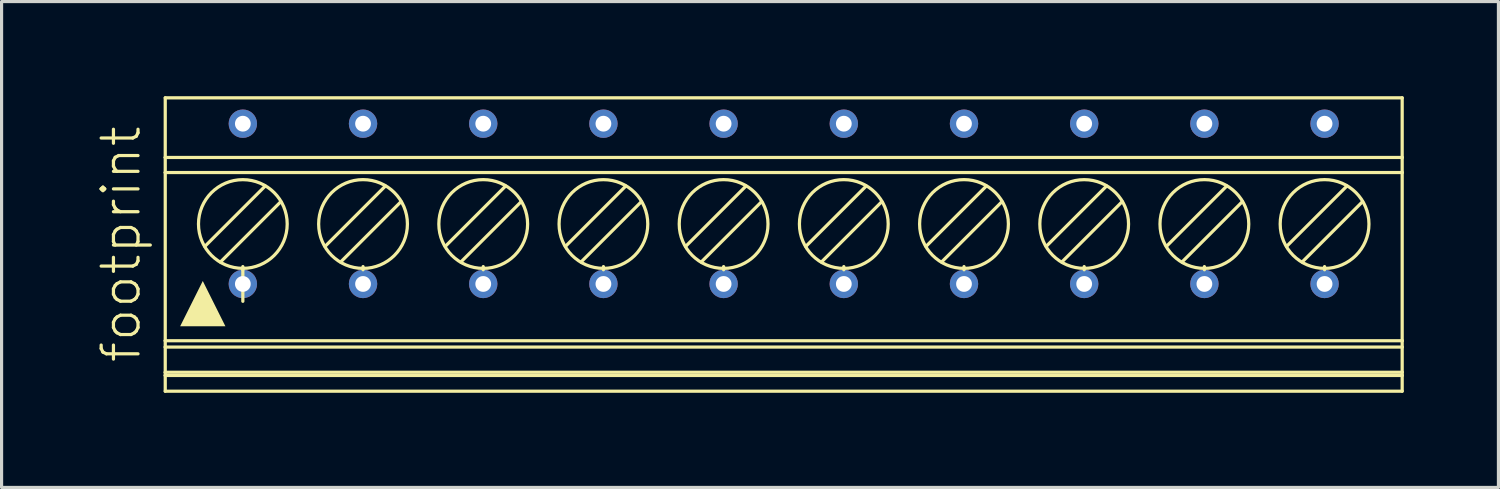
<source format=kicad_pcb>
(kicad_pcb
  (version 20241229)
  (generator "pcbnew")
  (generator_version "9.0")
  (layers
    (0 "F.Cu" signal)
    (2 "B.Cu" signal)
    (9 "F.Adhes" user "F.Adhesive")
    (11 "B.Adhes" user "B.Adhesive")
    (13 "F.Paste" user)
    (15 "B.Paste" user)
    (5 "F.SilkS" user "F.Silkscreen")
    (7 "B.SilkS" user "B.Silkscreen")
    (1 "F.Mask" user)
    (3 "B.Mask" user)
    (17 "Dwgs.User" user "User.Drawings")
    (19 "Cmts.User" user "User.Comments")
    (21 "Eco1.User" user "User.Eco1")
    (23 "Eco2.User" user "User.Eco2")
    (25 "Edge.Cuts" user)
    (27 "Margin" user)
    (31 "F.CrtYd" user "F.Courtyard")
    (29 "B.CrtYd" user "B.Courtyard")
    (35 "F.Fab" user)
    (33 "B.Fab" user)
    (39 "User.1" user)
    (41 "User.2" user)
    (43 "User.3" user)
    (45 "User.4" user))
  (footprint "footprint"
    (layer "F.Cu")
    (at 21.793 4.701)
    (property "Reference" "footprint" (at -20.32 3.81 90) (layer "F.SilkS") (effects (font (size 1.168 1.168) (thickness 0.102)) (justify left bottom)))
    (fp_line (start -19.605 -2.76) (end -19.605 -4.65) (stroke (width 0.102) (type solid)) (layer "F.SilkS"))
    (fp_line (start -19.605 -2.282) (end -19.605 -2.76) (stroke (width 0.102) (type solid)) (layer "F.SilkS"))
    (fp_line (start -19.605 3.05) (end -19.605 -2.282) (stroke (width 0.102) (type solid)) (layer "F.SilkS"))
    (fp_line (start -19.605 3.25) (end -19.605 3.05) (stroke (width 0.102) (type solid)) (layer "F.SilkS"))
    (fp_line (start -19.605 4.05) (end -19.605 3.25) (stroke (width 0.102) (type solid)) (layer "F.SilkS"))
    (fp_line (start -19.605 4.15) (end -19.605 4.05) (stroke (width 0.102) (type solid)) (layer "F.SilkS"))
    (fp_line (start -19.605 4.15) (end 19.605 4.15) (stroke (width 0.102) (type solid)) (layer "F.SilkS"))
    (fp_line (start -19.605 4.65) (end -19.605 4.15) (stroke (width 0.102) (type solid)) (layer "F.SilkS"))
    (fp_line (start -17.856 0.556) (end -15.939 -1.361) (stroke (width 0.102) (type solid)) (layer "F.SilkS"))
    (fp_line (start -17.145 0.75) (end -17.145 0.7) (stroke (width 0.102) (type solid)) (layer "F.SilkS"))
    (fp_line (start -17.145 0.8) (end -17.145 0.75) (stroke (width 0.102) (type solid)) (layer "F.SilkS"))
    (fp_line (start -17.145 0.8) (end -17.145 1.8) (stroke (width 0.102) (type solid)) (layer "F.SilkS"))
    (fp_line (start -16.434 -1.856) (end -18.351 0.061) (stroke (width 0.102) (type solid)) (layer "F.SilkS"))
    (fp_line (start -14.046 0.556) (end -12.129 -1.361) (stroke (width 0.102) (type solid)) (layer "F.SilkS"))
    (fp_line (start -13.335 0.75) (end -13.335 0.7) (stroke (width 0.102) (type solid)) (layer "F.SilkS"))
    (fp_line (start -13.335 0.8) (end -13.335 0.75) (stroke (width 0.102) (type solid)) (layer "F.SilkS"))
    (fp_line (start -12.624 -1.856) (end -14.541 0.061) (stroke (width 0.102) (type solid)) (layer "F.SilkS"))
    (fp_line (start -10.236 0.556) (end -8.319 -1.361) (stroke (width 0.102) (type solid)) (layer "F.SilkS"))
    (fp_line (start -9.525 0.75) (end -9.525 0.7) (stroke (width 0.102) (type solid)) (layer "F.SilkS"))
    (fp_line (start -9.525 0.8) (end -9.525 0.75) (stroke (width 0.102) (type solid)) (layer "F.SilkS"))
    (fp_line (start -8.814 -1.856) (end -10.731 0.061) (stroke (width 0.102) (type solid)) (layer "F.SilkS"))
    (fp_line (start -6.426 0.556) (end -4.509 -1.361) (stroke (width 0.102) (type solid)) (layer "F.SilkS"))
    (fp_line (start -5.715 0.75) (end -5.715 0.7) (stroke (width 0.102) (type solid)) (layer "F.SilkS"))
    (fp_line (start -5.715 0.8) (end -5.715 0.75) (stroke (width 0.102) (type solid)) (layer "F.SilkS"))
    (fp_line (start -5.004 -1.856) (end -6.921 0.061) (stroke (width 0.102) (type solid)) (layer "F.SilkS"))
    (fp_line (start -2.616 0.556) (end -0.699 -1.361) (stroke (width 0.102) (type solid)) (layer "F.SilkS"))
    (fp_line (start -1.905 0.75) (end -1.905 0.7) (stroke (width 0.102) (type solid)) (layer "F.SilkS"))
    (fp_line (start -1.905 0.8) (end -1.905 0.75) (stroke (width 0.102) (type solid)) (layer "F.SilkS"))
    (fp_line (start -1.194 -1.856) (end -3.111 0.061) (stroke (width 0.102) (type solid)) (layer "F.SilkS"))
    (fp_line (start 1.194 0.556) (end 3.111 -1.361) (stroke (width 0.102) (type solid)) (layer "F.SilkS"))
    (fp_line (start 1.905 0.75) (end 1.905 0.7) (stroke (width 0.102) (type solid)) (layer "F.SilkS"))
    (fp_line (start 1.905 0.8) (end 1.905 0.75) (stroke (width 0.102) (type solid)) (layer "F.SilkS"))
    (fp_line (start 2.616 -1.856) (end 0.699 0.061) (stroke (width 0.102) (type solid)) (layer "F.SilkS"))
    (fp_line (start 5.004 0.556) (end 6.921 -1.361) (stroke (width 0.102) (type solid)) (layer "F.SilkS"))
    (fp_line (start 5.715 0.75) (end 5.715 0.7) (stroke (width 0.102) (type solid)) (layer "F.SilkS"))
    (fp_line (start 5.715 0.8) (end 5.715 0.75) (stroke (width 0.102) (type solid)) (layer "F.SilkS"))
    (fp_line (start 6.426 -1.856) (end 4.509 0.061) (stroke (width 0.102) (type solid)) (layer "F.SilkS"))
    (fp_line (start 8.814 0.556) (end 10.731 -1.361) (stroke (width 0.102) (type solid)) (layer "F.SilkS"))
    (fp_line (start 9.525 0.75) (end 9.525 0.7) (stroke (width 0.102) (type solid)) (layer "F.SilkS"))
    (fp_line (start 9.525 0.8) (end 9.525 0.75) (stroke (width 0.102) (type solid)) (layer "F.SilkS"))
    (fp_line (start 10.236 -1.856) (end 8.319 0.061) (stroke (width 0.102) (type solid)) (layer "F.SilkS"))
    (fp_line (start 12.624 0.556) (end 14.541 -1.361) (stroke (width 0.102) (type solid)) (layer "F.SilkS"))
    (fp_line (start 13.335 0.75) (end 13.335 0.7) (stroke (width 0.102) (type solid)) (layer "F.SilkS"))
    (fp_line (start 13.335 0.8) (end 13.335 0.75) (stroke (width 0.102) (type solid)) (layer "F.SilkS"))
    (fp_line (start 14.046 -1.856) (end 12.129 0.061) (stroke (width 0.102) (type solid)) (layer "F.SilkS"))
    (fp_line (start 16.434 0.556) (end 18.351 -1.361) (stroke (width 0.102) (type solid)) (layer "F.SilkS"))
    (fp_line (start 17.145 0.75) (end 17.145 0.7) (stroke (width 0.102) (type solid)) (layer "F.SilkS"))
    (fp_line (start 17.145 0.8) (end 17.145 0.75) (stroke (width 0.102) (type solid)) (layer "F.SilkS"))
    (fp_line (start 17.856 -1.856) (end 15.939 0.061) (stroke (width 0.102) (type solid)) (layer "F.SilkS"))
    (fp_line (start 19.605 -4.65) (end -19.605 -4.65) (stroke (width 0.102) (type solid)) (layer "F.SilkS"))
    (fp_line (start 19.605 -2.76) (end -19.605 -2.76) (stroke (width 0.102) (type solid)) (layer "F.SilkS"))
    (fp_line (start 19.605 -2.76) (end 19.605 -4.65) (stroke (width 0.102) (type solid)) (layer "F.SilkS"))
    (fp_line (start 19.605 -2.76) (end 19.605 -2.282) (stroke (width 0.102) (type solid)) (layer "F.SilkS"))
    (fp_line (start 19.605 -2.282) (end -19.605 -2.282) (stroke (width 0.102) (type solid)) (layer "F.SilkS"))
    (fp_line (start 19.605 -2.282) (end 19.605 3.05) (stroke (width 0.102) (type solid)) (layer "F.SilkS"))
    (fp_line (start 19.605 3.05) (end -19.605 3.05) (stroke (width 0.102) (type solid)) (layer "F.SilkS"))
    (fp_line (start 19.605 3.25) (end -19.605 3.25) (stroke (width 0.102) (type solid)) (layer "F.SilkS"))
    (fp_line (start 19.605 3.25) (end 19.605 3.05) (stroke (width 0.102) (type solid)) (layer "F.SilkS"))
    (fp_line (start 19.605 4.05) (end -19.605 4.05) (stroke (width 0.102) (type solid)) (layer "F.SilkS"))
    (fp_line (start 19.605 4.05) (end 19.605 3.25) (stroke (width 0.102) (type solid)) (layer "F.SilkS"))
    (fp_line (start 19.605 4.15) (end 19.605 4.05) (stroke (width 0.102) (type solid)) (layer "F.SilkS"))
    (fp_line (start 19.605 4.65) (end -19.605 4.65) (stroke (width 0.102) (type solid)) (layer "F.SilkS"))
    (fp_line (start 19.605 4.65) (end 19.605 4.15) (stroke (width 0.102) (type solid)) (layer "F.SilkS"))
    (fp_circle (center -17.145 -0.65) (end -15.739 -0.65) (stroke (width 0.102) (type solid)) (fill no) (layer "F.SilkS"))
    (fp_circle (center -13.335 -0.65) (end -11.928 -0.65) (stroke (width 0.102) (type solid)) (fill no) (layer "F.SilkS"))
    (fp_circle (center -9.525 -0.65) (end -8.118 -0.65) (stroke (width 0.102) (type solid)) (fill no) (layer "F.SilkS"))
    (fp_circle (center -5.715 -0.65) (end -4.309 -0.65) (stroke (width 0.102) (type solid)) (fill no) (layer "F.SilkS"))
    (fp_circle (center -1.905 -0.65) (end -0.498 -0.65) (stroke (width 0.102) (type solid)) (fill no) (layer "F.SilkS"))
    (fp_circle (center 1.905 -0.65) (end 3.312 -0.65) (stroke (width 0.102) (type solid)) (fill no) (layer "F.SilkS"))
    (fp_circle (center 5.715 -0.65) (end 7.122 -0.65) (stroke (width 0.102) (type solid)) (fill no) (layer "F.SilkS"))
    (fp_circle (center 9.525 -0.65) (end 10.931 -0.65) (stroke (width 0.102) (type solid)) (fill no) (layer "F.SilkS"))
    (fp_circle (center 13.335 -0.65) (end 14.742 -0.65) (stroke (width 0.102) (type solid)) (fill no) (layer "F.SilkS"))
    (fp_circle (center 17.145 -0.65) (end 18.552 -0.65) (stroke (width 0.102) (type solid)) (fill no) (layer "F.SilkS"))
    (fp_poly (pts (xy -17.698 2.591) (xy -19.132 2.591) (xy -18.415 1.156)) (stroke (width 0) (type solid)) (fill yes) (layer "F.SilkS"))
    (pad "1.1" thru_hole circle (at -17.145 1.25 90) (size 0.9 0.9) (drill 0.5) (layers "*.Cu" "*.Mask"))
    (pad "1.2" thru_hole circle (at -17.145 -3.83 90) (size 0.9 0.9) (drill 0.5) (layers "*.Cu" "*.Mask"))
    (pad "2.1" thru_hole circle (at -13.335 1.25 90) (size 0.9 0.9) (drill 0.5) (layers "*.Cu" "*.Mask"))
    (pad "2.2" thru_hole circle (at -13.335 -3.83 90) (size 0.9 0.9) (drill 0.5) (layers "*.Cu" "*.Mask"))
    (pad "3.1" thru_hole circle (at -9.525 1.25 90) (size 0.9 0.9) (drill 0.5) (layers "*.Cu" "*.Mask"))
    (pad "3.2" thru_hole circle (at -9.525 -3.83 90) (size 0.9 0.9) (drill 0.5) (layers "*.Cu" "*.Mask"))
    (pad "4.1" thru_hole circle (at -5.715 1.25 90) (size 0.9 0.9) (drill 0.5) (layers "*.Cu" "*.Mask"))
    (pad "4.2" thru_hole circle (at -5.715 -3.83 90) (size 0.9 0.9) (drill 0.5) (layers "*.Cu" "*.Mask"))
    (pad "5.1" thru_hole circle (at -1.905 1.25 90) (size 0.9 0.9) (drill 0.5) (layers "*.Cu" "*.Mask"))
    (pad "5.2" thru_hole circle (at -1.905 -3.83 90) (size 0.9 0.9) (drill 0.5) (layers "*.Cu" "*.Mask"))
    (pad "6.1" thru_hole circle (at 1.905 1.25 90) (size 0.9 0.9) (drill 0.5) (layers "*.Cu" "*.Mask"))
    (pad "6.2" thru_hole circle (at 1.905 -3.83 90) (size 0.9 0.9) (drill 0.5) (layers "*.Cu" "*.Mask"))
    (pad "7.1" thru_hole circle (at 5.715 1.25 90) (size 0.9 0.9) (drill 0.5) (layers "*.Cu" "*.Mask"))
    (pad "7.2" thru_hole circle (at 5.715 -3.83 90) (size 0.9 0.9) (drill 0.5) (layers "*.Cu" "*.Mask"))
    (pad "8.1" thru_hole circle (at 9.525 1.25 90) (size 0.9 0.9) (drill 0.5) (layers "*.Cu" "*.Mask"))
    (pad "8.2" thru_hole circle (at 9.525 -3.83 90) (size 0.9 0.9) (drill 0.5) (layers "*.Cu" "*.Mask"))
    (pad "9.1" thru_hole circle (at 13.335 1.25 90) (size 0.9 0.9) (drill 0.5) (layers "*.Cu" "*.Mask"))
    (pad "9.2" thru_hole circle (at 13.335 -3.83 90) (size 0.9 0.9) (drill 0.5) (layers "*.Cu" "*.Mask"))
    (pad "10.1" thru_hole circle (at 17.145 1.25 90) (size 0.9 0.9) (drill 0.5) (layers "*.Cu" "*.Mask"))
    (pad "10.2" thru_hole circle (at 17.145 -3.83 90) (size 0.9 0.9) (drill 0.5) (layers "*.Cu" "*.Mask")))
  (gr_rect
    (start -3 -3)
    (end 44.449 12.402)
    (stroke (width 0.1) (type default))
    (fill no)
    (layer "Edge.Cuts")))
</source>
